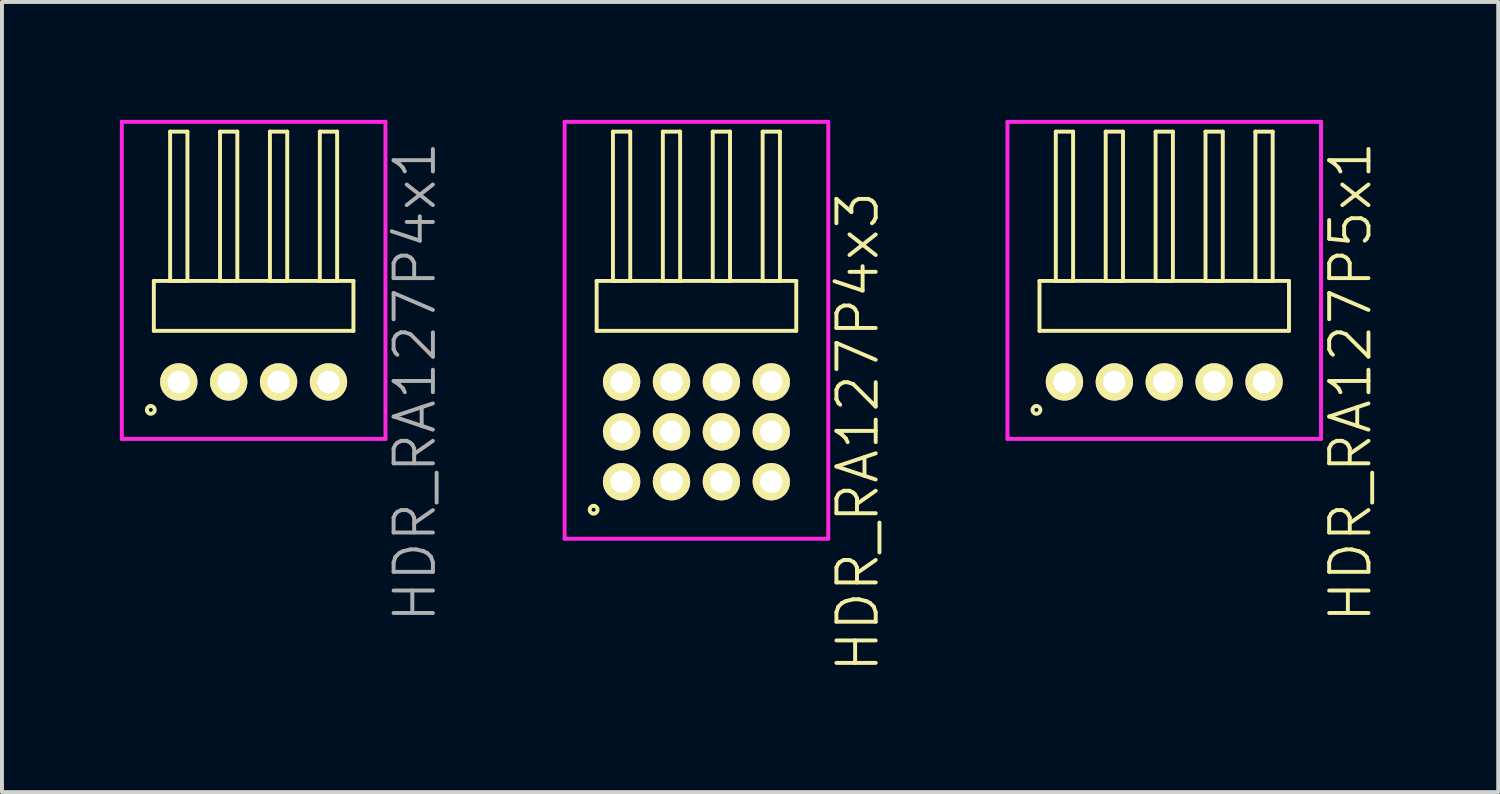
<source format=kicad_pcb>
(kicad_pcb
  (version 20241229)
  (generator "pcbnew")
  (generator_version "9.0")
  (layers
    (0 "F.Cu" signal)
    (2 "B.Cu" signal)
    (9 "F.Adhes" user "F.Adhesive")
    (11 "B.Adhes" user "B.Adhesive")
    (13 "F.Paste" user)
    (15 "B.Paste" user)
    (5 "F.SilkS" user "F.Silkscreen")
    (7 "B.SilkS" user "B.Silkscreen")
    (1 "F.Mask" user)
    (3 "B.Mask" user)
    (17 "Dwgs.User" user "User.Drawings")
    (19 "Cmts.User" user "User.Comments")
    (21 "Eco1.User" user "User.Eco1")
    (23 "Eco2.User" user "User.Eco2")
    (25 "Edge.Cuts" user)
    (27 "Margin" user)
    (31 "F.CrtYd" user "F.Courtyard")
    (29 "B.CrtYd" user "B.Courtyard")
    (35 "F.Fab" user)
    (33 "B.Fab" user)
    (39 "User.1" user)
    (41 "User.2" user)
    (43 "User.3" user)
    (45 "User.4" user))
  (footprint "HDR_RA127P4x3"
    (layer "F.Cu")
    (at 14.675 7.94)
    (property "Reference" "HDR_RA127P4x3" (at 4.105 0 90) (layer "F.SilkS") (effects (font (size 1 1) (thickness 0.1))))
    (attr through_hole)
    (fp_line (start -2.54 -3.84) (end -2.54 -2.57) (stroke (width 0.1) (type solid)) (layer "F.SilkS"))
    (fp_line (start -2.54 -2.57) (end 2.54 -2.57) (stroke (width 0.1) (type solid)) (layer "F.SilkS"))
    (fp_line (start -2.125 -7.64) (end -2.125 -3.84) (stroke (width 0.1) (type solid)) (layer "F.SilkS"))
    (fp_line (start -2.125 -3.84) (end -1.685 -3.84) (stroke (width 0.1) (type solid)) (layer "F.SilkS"))
    (fp_line (start -1.685 -7.64) (end -2.125 -7.64) (stroke (width 0.1) (type solid)) (layer "F.SilkS"))
    (fp_line (start -1.685 -3.84) (end -1.685 -7.64) (stroke (width 0.1) (type solid)) (layer "F.SilkS"))
    (fp_line (start -0.855 -7.64) (end -0.855 -3.84) (stroke (width 0.1) (type solid)) (layer "F.SilkS"))
    (fp_line (start -0.855 -3.84) (end -0.415 -3.84) (stroke (width 0.1) (type solid)) (layer "F.SilkS"))
    (fp_line (start -0.415 -7.64) (end -0.855 -7.64) (stroke (width 0.1) (type solid)) (layer "F.SilkS"))
    (fp_line (start -0.415 -3.84) (end -0.415 -7.64) (stroke (width 0.1) (type solid)) (layer "F.SilkS"))
    (fp_line (start 0.415 -7.64) (end 0.415 -3.84) (stroke (width 0.1) (type solid)) (layer "F.SilkS"))
    (fp_line (start 0.415 -3.84) (end 0.855 -3.84) (stroke (width 0.1) (type solid)) (layer "F.SilkS"))
    (fp_line (start 0.855 -7.64) (end 0.415 -7.64) (stroke (width 0.1) (type solid)) (layer "F.SilkS"))
    (fp_line (start 0.855 -3.84) (end 0.855 -7.64) (stroke (width 0.1) (type solid)) (layer "F.SilkS"))
    (fp_line (start 1.685 -7.64) (end 1.685 -3.84) (stroke (width 0.1) (type solid)) (layer "F.SilkS"))
    (fp_line (start 1.685 -3.84) (end 2.125 -3.84) (stroke (width 0.1) (type solid)) (layer "F.SilkS"))
    (fp_line (start 2.125 -7.64) (end 1.685 -7.64) (stroke (width 0.1) (type solid)) (layer "F.SilkS"))
    (fp_line (start 2.125 -3.84) (end 2.125 -7.64) (stroke (width 0.1) (type solid)) (layer "F.SilkS"))
    (fp_line (start 2.54 -3.84) (end -2.54 -3.84) (stroke (width 0.1) (type solid)) (layer "F.SilkS"))
    (fp_line (start 2.54 -2.57) (end 2.54 -3.84) (stroke (width 0.1) (type solid)) (layer "F.SilkS"))
    (fp_circle (center -2.617 1.983) (end -2.517 1.983) (stroke (width 0.1) (type solid)) (fill no) (layer "F.SilkS"))
    (fp_line (start -3.355 -7.89) (end -3.355 2.72) (stroke (width 0.1) (type solid)) (layer "F.CrtYd"))
    (fp_line (start -3.355 2.72) (end 3.355 2.72) (stroke (width 0.1) (type solid)) (layer "F.CrtYd"))
    (fp_line (start 3.355 -7.89) (end -3.355 -7.89) (stroke (width 0.1) (type solid)) (layer "F.CrtYd"))
    (fp_line (start 3.355 2.72) (end 3.355 -7.89) (stroke (width 0.1) (type solid)) (layer "F.CrtYd"))
    (pad "1" thru_hole oval (at -1.905 1.27) (size 0.95 0.95) (drill 0.57) (layers "*.Cu" "*.Mask" "F.SilkS"))
    (pad "2" thru_hole oval (at -1.905 0) (size 0.95 0.95) (drill 0.57) (layers "*.Cu" "*.Mask" "F.SilkS"))
    (pad "3" thru_hole oval (at -1.905 -1.27) (size 0.95 0.95) (drill 0.57) (layers "*.Cu" "*.Mask" "F.SilkS"))
    (pad "4" thru_hole oval (at -0.635 1.27) (size 0.95 0.95) (drill 0.57) (layers "*.Cu" "*.Mask" "F.SilkS"))
    (pad "5" thru_hole oval (at -0.635 0) (size 0.95 0.95) (drill 0.57) (layers "*.Cu" "*.Mask" "F.SilkS"))
    (pad "6" thru_hole oval (at -0.635 -1.27) (size 0.95 0.95) (drill 0.57) (layers "*.Cu" "*.Mask" "F.SilkS"))
    (pad "7" thru_hole oval (at 0.635 1.27) (size 0.95 0.95) (drill 0.57) (layers "*.Cu" "*.Mask" "F.SilkS"))
    (pad "8" thru_hole oval (at 0.635 0) (size 0.95 0.95) (drill 0.57) (layers "*.Cu" "*.Mask" "F.SilkS"))
    (pad "9" thru_hole oval (at 0.635 -1.27) (size 0.95 0.95) (drill 0.57) (layers "*.Cu" "*.Mask" "F.SilkS"))
    (pad "10" thru_hole oval (at 1.905 1.27) (size 0.95 0.95) (drill 0.57) (layers "*.Cu" "*.Mask" "F.SilkS"))
    (pad "11" thru_hole oval (at 1.905 0) (size 0.95 0.95) (drill 0.57) (layers "*.Cu" "*.Mask" "F.SilkS"))
    (pad "12" thru_hole oval (at 1.905 -1.27) (size 0.95 0.95) (drill 0.57) (layers "*.Cu" "*.Mask" "F.SilkS")))
  (footprint "HDR_RA127P4x1"
    (layer "F.Cu")
    (at 3.405 6.67)
    (property "Reference" "HDR_RA127P4x1" (at 4.105 0 90) (layer "F.Fab") (effects (font (size 1 1) (thickness 0.1))))
    (attr through_hole)
    (fp_line (start -2.54 -2.57) (end -2.54 -1.3) (stroke (width 0.1) (type solid)) (layer "F.SilkS"))
    (fp_line (start -2.54 -1.3) (end 2.54 -1.3) (stroke (width 0.1) (type solid)) (layer "F.SilkS"))
    (fp_line (start -2.125 -6.37) (end -2.125 -2.57) (stroke (width 0.1) (type solid)) (layer "F.SilkS"))
    (fp_line (start -2.125 -2.57) (end -1.685 -2.57) (stroke (width 0.1) (type solid)) (layer "F.SilkS"))
    (fp_line (start -1.685 -6.37) (end -2.125 -6.37) (stroke (width 0.1) (type solid)) (layer "F.SilkS"))
    (fp_line (start -1.685 -2.57) (end -1.685 -6.37) (stroke (width 0.1) (type solid)) (layer "F.SilkS"))
    (fp_line (start -0.855 -6.37) (end -0.855 -2.57) (stroke (width 0.1) (type solid)) (layer "F.SilkS"))
    (fp_line (start -0.855 -2.57) (end -0.415 -2.57) (stroke (width 0.1) (type solid)) (layer "F.SilkS"))
    (fp_line (start -0.415 -6.37) (end -0.855 -6.37) (stroke (width 0.1) (type solid)) (layer "F.SilkS"))
    (fp_line (start -0.415 -2.57) (end -0.415 -6.37) (stroke (width 0.1) (type solid)) (layer "F.SilkS"))
    (fp_line (start 0.415 -6.37) (end 0.415 -2.57) (stroke (width 0.1) (type solid)) (layer "F.SilkS"))
    (fp_line (start 0.415 -2.57) (end 0.855 -2.57) (stroke (width 0.1) (type solid)) (layer "F.SilkS"))
    (fp_line (start 0.855 -6.37) (end 0.415 -6.37) (stroke (width 0.1) (type solid)) (layer "F.SilkS"))
    (fp_line (start 0.855 -2.57) (end 0.855 -6.37) (stroke (width 0.1) (type solid)) (layer "F.SilkS"))
    (fp_line (start 1.685 -6.37) (end 1.685 -2.57) (stroke (width 0.1) (type solid)) (layer "F.SilkS"))
    (fp_line (start 1.685 -2.57) (end 2.125 -2.57) (stroke (width 0.1) (type solid)) (layer "F.SilkS"))
    (fp_line (start 2.125 -6.37) (end 1.685 -6.37) (stroke (width 0.1) (type solid)) (layer "F.SilkS"))
    (fp_line (start 2.125 -2.57) (end 2.125 -6.37) (stroke (width 0.1) (type solid)) (layer "F.SilkS"))
    (fp_line (start 2.54 -2.57) (end -2.54 -2.57) (stroke (width 0.1) (type solid)) (layer "F.SilkS"))
    (fp_line (start 2.54 -1.3) (end 2.54 -2.57) (stroke (width 0.1) (type solid)) (layer "F.SilkS"))
    (fp_circle (center -2.617 0.712) (end -2.517 0.712) (stroke (width 0.1) (type solid)) (fill no) (layer "F.SilkS"))
    (fp_line (start -3.355 -6.62) (end -3.355 1.45) (stroke (width 0.1) (type solid)) (layer "F.CrtYd"))
    (fp_line (start -3.355 1.45) (end 3.355 1.45) (stroke (width 0.1) (type solid)) (layer "F.CrtYd"))
    (fp_line (start 3.355 -6.62) (end -3.355 -6.62) (stroke (width 0.1) (type solid)) (layer "F.CrtYd"))
    (fp_line (start 3.355 1.45) (end 3.355 -6.62) (stroke (width 0.1) (type solid)) (layer "F.CrtYd"))
    (pad "1" thru_hole oval (at -1.905 0) (size 0.95 0.95) (drill 0.57) (layers "*.Cu" "*.Mask" "F.SilkS"))
    (pad "2" thru_hole oval (at -0.635 0) (size 0.95 0.95) (drill 0.57) (layers "*.Cu" "*.Mask" "F.SilkS"))
    (pad "3" thru_hole oval (at 0.635 0) (size 0.95 0.95) (drill 0.57) (layers "*.Cu" "*.Mask" "F.SilkS"))
    (pad "4" thru_hole oval (at 1.905 0) (size 0.95 0.95) (drill 0.57) (layers "*.Cu" "*.Mask" "F.SilkS")))
  (footprint "HDR_RA127P5x1"
    (layer "F.Cu")
    (at 26.581 6.67)
    (property "Reference" "HDR_RA127P5x1" (at 4.74 0 90) (layer "F.SilkS") (effects (font (size 1 1) (thickness 0.1))))
    (attr through_hole)
    (fp_line (start -3.175 -2.57) (end -3.175 -1.3) (stroke (width 0.1) (type solid)) (layer "F.SilkS"))
    (fp_line (start -3.175 -1.3) (end 3.175 -1.3) (stroke (width 0.1) (type solid)) (layer "F.SilkS"))
    (fp_line (start -2.76 -6.37) (end -2.76 -2.57) (stroke (width 0.1) (type solid)) (layer "F.SilkS"))
    (fp_line (start -2.76 -2.57) (end -2.32 -2.57) (stroke (width 0.1) (type solid)) (layer "F.SilkS"))
    (fp_line (start -2.32 -6.37) (end -2.76 -6.37) (stroke (width 0.1) (type solid)) (layer "F.SilkS"))
    (fp_line (start -2.32 -2.57) (end -2.32 -6.37) (stroke (width 0.1) (type solid)) (layer "F.SilkS"))
    (fp_line (start -1.49 -6.37) (end -1.49 -2.57) (stroke (width 0.1) (type solid)) (layer "F.SilkS"))
    (fp_line (start -1.49 -2.57) (end -1.05 -2.57) (stroke (width 0.1) (type solid)) (layer "F.SilkS"))
    (fp_line (start -1.05 -6.37) (end -1.49 -6.37) (stroke (width 0.1) (type solid)) (layer "F.SilkS"))
    (fp_line (start -1.05 -2.57) (end -1.05 -6.37) (stroke (width 0.1) (type solid)) (layer "F.SilkS"))
    (fp_line (start -0.22 -6.37) (end -0.22 -2.57) (stroke (width 0.1) (type solid)) (layer "F.SilkS"))
    (fp_line (start -0.22 -2.57) (end 0.22 -2.57) (stroke (width 0.1) (type solid)) (layer "F.SilkS"))
    (fp_line (start 0.22 -6.37) (end -0.22 -6.37) (stroke (width 0.1) (type solid)) (layer "F.SilkS"))
    (fp_line (start 0.22 -2.57) (end 0.22 -6.37) (stroke (width 0.1) (type solid)) (layer "F.SilkS"))
    (fp_line (start 1.05 -6.37) (end 1.05 -2.57) (stroke (width 0.1) (type solid)) (layer "F.SilkS"))
    (fp_line (start 1.05 -2.57) (end 1.49 -2.57) (stroke (width 0.1) (type solid)) (layer "F.SilkS"))
    (fp_line (start 1.49 -6.37) (end 1.05 -6.37) (stroke (width 0.1) (type solid)) (layer "F.SilkS"))
    (fp_line (start 1.49 -2.57) (end 1.49 -6.37) (stroke (width 0.1) (type solid)) (layer "F.SilkS"))
    (fp_line (start 2.32 -6.37) (end 2.32 -2.57) (stroke (width 0.1) (type solid)) (layer "F.SilkS"))
    (fp_line (start 2.32 -2.57) (end 2.76 -2.57) (stroke (width 0.1) (type solid)) (layer "F.SilkS"))
    (fp_line (start 2.76 -6.37) (end 2.32 -6.37) (stroke (width 0.1) (type solid)) (layer "F.SilkS"))
    (fp_line (start 2.76 -2.57) (end 2.76 -6.37) (stroke (width 0.1) (type solid)) (layer "F.SilkS"))
    (fp_line (start 3.175 -2.57) (end -3.175 -2.57) (stroke (width 0.1) (type solid)) (layer "F.SilkS"))
    (fp_line (start 3.175 -1.3) (end 3.175 -2.57) (stroke (width 0.1) (type solid)) (layer "F.SilkS"))
    (fp_circle (center -3.253 0.712) (end -3.153 0.712) (stroke (width 0.1) (type solid)) (fill no) (layer "F.SilkS"))
    (fp_line (start -3.99 -6.62) (end -3.99 1.45) (stroke (width 0.1) (type solid)) (layer "F.CrtYd"))
    (fp_line (start -3.99 1.45) (end 3.99 1.45) (stroke (width 0.1) (type solid)) (layer "F.CrtYd"))
    (fp_line (start 3.99 -6.62) (end -3.99 -6.62) (stroke (width 0.1) (type solid)) (layer "F.CrtYd"))
    (fp_line (start 3.99 1.45) (end 3.99 -6.62) (stroke (width 0.1) (type solid)) (layer "F.CrtYd"))
    (pad "1" thru_hole oval (at -2.54 0) (size 0.95 0.95) (drill 0.57) (layers "*.Cu" "*.Mask" "F.SilkS"))
    (pad "2" thru_hole oval (at -1.27 0) (size 0.95 0.95) (drill 0.57) (layers "*.Cu" "*.Mask" "F.SilkS"))
    (pad "3" thru_hole oval (at 0 0) (size 0.95 0.95) (drill 0.57) (layers "*.Cu" "*.Mask" "F.SilkS"))
    (pad "4" thru_hole oval (at 1.27 0) (size 0.95 0.95) (drill 0.57) (layers "*.Cu" "*.Mask" "F.SilkS"))
    (pad "5" thru_hole oval (at 2.54 0) (size 0.95 0.95) (drill 0.57) (layers "*.Cu" "*.Mask" "F.SilkS")))
  (gr_rect
    (start -3 -3)
    (end 35.081 17.109)
    (stroke (width 0.1) (type default))
    (fill no)
    (layer "Edge.Cuts")))
</source>
